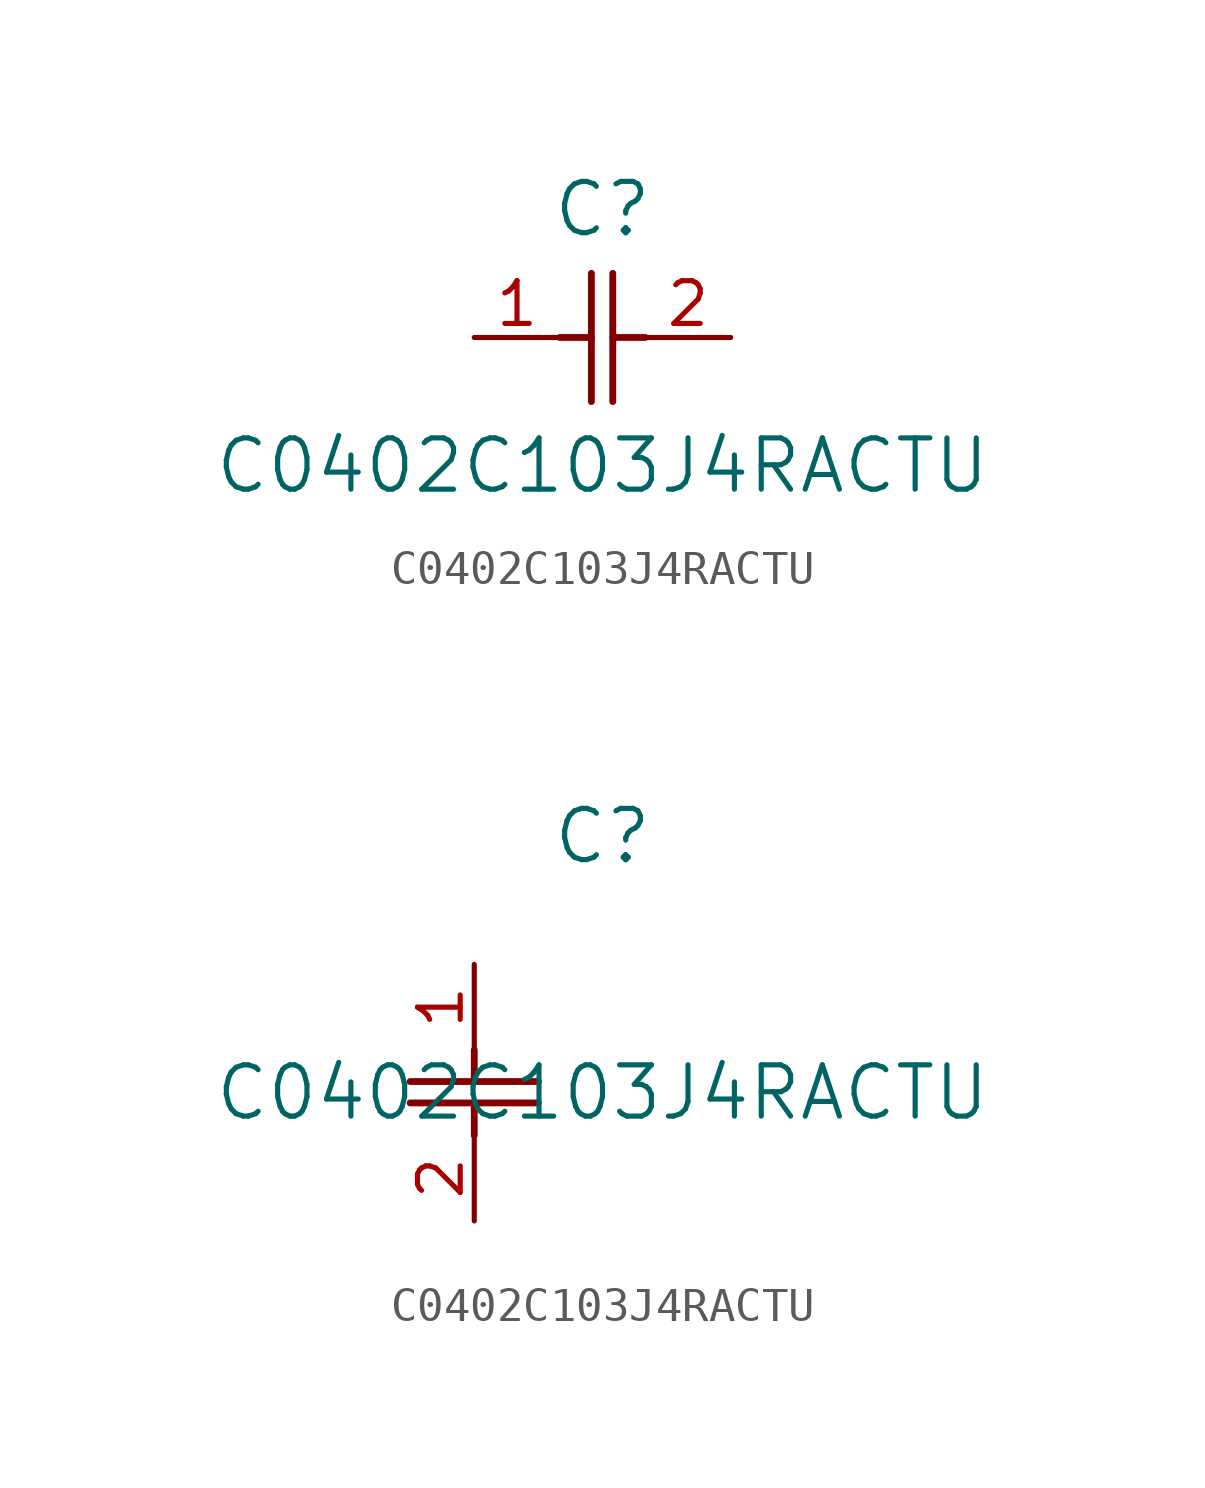
<source format=kicad_sym>
(kicad_symbol_lib
  (version 20241209)
  (generator "kicad_symbol_editor")
  (generator_version "9.0")
  (symbol "C0402C103J4RACTU"
    (pin_names
      (offset 0.254))
    (property "Reference" "C"
      (at 3.81 3.81 0)
      (effects (font (size 1.524 1.524))))
    (property "Value" "C0402C103J4RACTU"
      (at 3.81 -3.81 0)
      (effects (font (size 1.524 1.524))))
    (symbol "C0402C103J4RACTU_1_1"
      (polyline (pts (xy 2.54 0) (xy 3.48 0)) (stroke (width 0.203) (type default)) (fill (type none)))
      (polyline (pts (xy 3.48 -1.905) (xy 3.48 1.905)) (stroke (width 0.203) (type default)) (fill (type none)))
      (polyline (pts (xy 4.115 0) (xy 5.08 0)) (stroke (width 0.203) (type default)) (fill (type none)))
      (polyline (pts (xy 4.115 -1.905) (xy 4.115 1.905)) (stroke (width 0.203) (type default)) (fill (type none)))
      (pin unspecified line (at 0 0 0) (length 2.54) (name "" (effects (font (size 1.27 1.27)))) (number "1" (effects (font (size 1.27 1.27)))))
      (pin unspecified line (at 7.62 0 180) (length 2.54) (name "" (effects (font (size 1.27 1.27)))) (number "2" (effects (font (size 1.27 1.27))))))
    (symbol "C0402C103J4RACTU_1_2"
      (polyline (pts (xy -1.905 -3.48) (xy 1.905 -3.48)) (stroke (width 0.203) (type default)) (fill (type none)))
      (polyline (pts (xy -1.905 -4.115) (xy 1.905 -4.115)) (stroke (width 0.203) (type default)) (fill (type none)))
      (polyline (pts (xy 0 -2.54) (xy 0 -3.48)) (stroke (width 0.203) (type default)) (fill (type none)))
      (polyline (pts (xy 0 -4.115) (xy 0 -5.08)) (stroke (width 0.203) (type default)) (fill (type none)))
      (pin unspecified line (at 0 0 270) (length 2.54) (name "" (effects (font (size 1.27 1.27)))) (number "1" (effects (font (size 1.27 1.27)))))
      (pin unspecified line (at 0 -7.62 90) (length 2.54) (name "" (effects (font (size 1.27 1.27)))) (number "2" (effects (font (size 1.27 1.27))))))))
</source>
